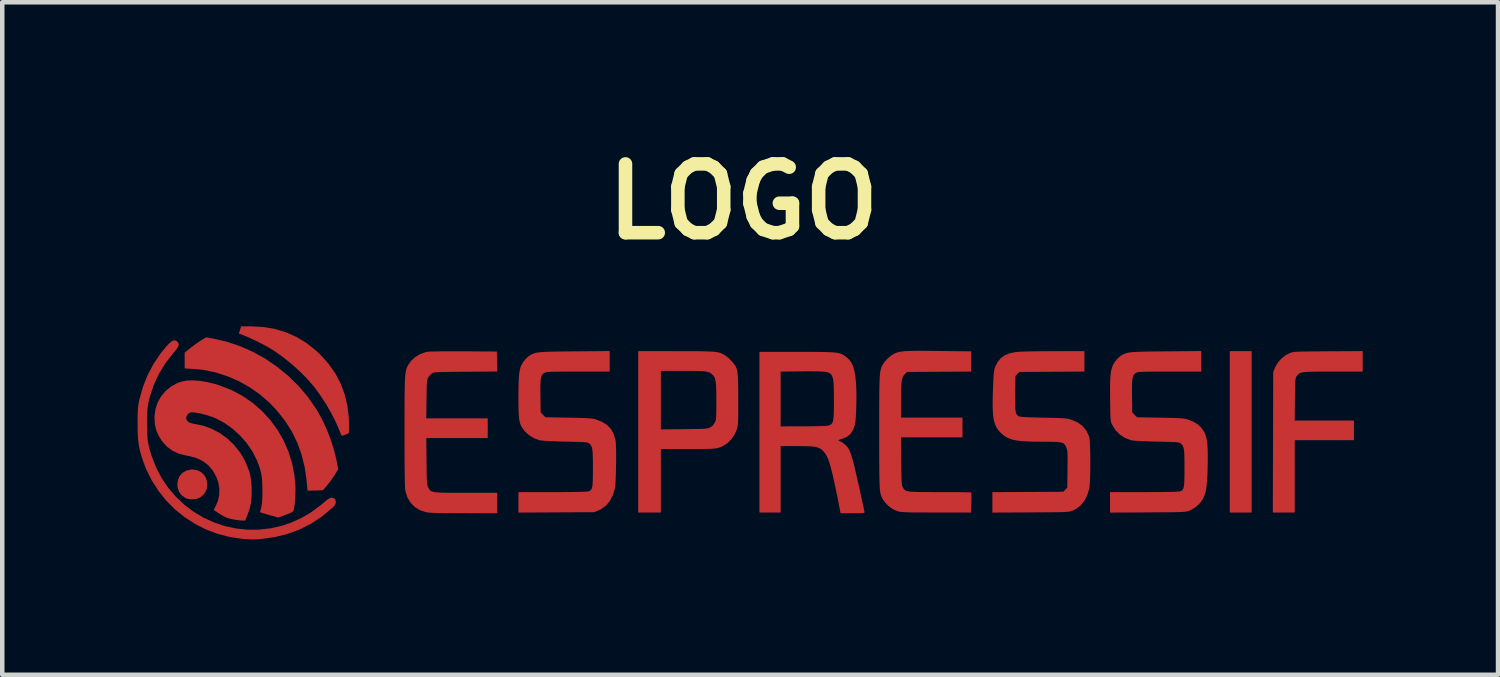
<source format=kicad_pcb>
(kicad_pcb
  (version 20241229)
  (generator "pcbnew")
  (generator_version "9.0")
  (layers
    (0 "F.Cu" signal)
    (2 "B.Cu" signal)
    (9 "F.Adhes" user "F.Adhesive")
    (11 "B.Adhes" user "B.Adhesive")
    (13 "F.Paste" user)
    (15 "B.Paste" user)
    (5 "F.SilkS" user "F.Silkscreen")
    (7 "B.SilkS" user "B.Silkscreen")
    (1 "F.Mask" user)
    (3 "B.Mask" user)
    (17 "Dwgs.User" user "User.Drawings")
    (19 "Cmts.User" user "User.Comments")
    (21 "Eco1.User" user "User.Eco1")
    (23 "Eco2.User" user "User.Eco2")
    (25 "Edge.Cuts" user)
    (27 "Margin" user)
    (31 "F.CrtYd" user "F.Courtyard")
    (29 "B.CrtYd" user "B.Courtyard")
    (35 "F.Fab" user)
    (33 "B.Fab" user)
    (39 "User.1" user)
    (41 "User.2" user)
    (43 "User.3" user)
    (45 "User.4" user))
  (footprint "LOGO"
    (layer "F.Cu")
    (at 13.427 6.498)
    (property "Reference" "LOGO" (at 0 -5.08 0) (layer "F.SilkS") (effects (font (size 1.524 1.524) (thickness 0.3))))
    (attr board_only exclude_from_pos_files exclude_from_bom)
    (fp_poly (pts (xy 11.267 1.813) (xy 10.782 1.813) (xy 10.782 -1.765) (xy 11.267 -1.765)) (stroke (width 0) (type solid)) (fill yes) (layer "F.Cu"))
    (fp_poly (pts (xy -12.111 0.872) (xy -12.023 0.914) (xy -11.953 0.978) (xy -11.906 1.063) (xy -11.884 1.164) (xy -11.883 1.195) (xy -11.897 1.298) (xy -11.94 1.386) (xy -12.01 1.457) (xy -12.064 1.491) (xy -12.13 1.512) (xy -12.209 1.521) (xy -12.288 1.516) (xy -12.353 1.498) (xy -12.36 1.495) (xy -12.448 1.433) (xy -12.508 1.354) (xy -12.54 1.259) (xy -12.546 1.19) (xy -12.532 1.086) (xy -12.491 0.997) (xy -12.426 0.928) (xy -12.342 0.881) (xy -12.242 0.859) (xy -12.214 0.858)) (stroke (width 0) (type solid)) (fill yes) (layer "F.Cu"))
    (fp_poly (pts (xy -10.639 -2.3) (xy -10.381 -2.256) (xy -10.136 -2.182) (xy -9.904 -2.078) (xy -9.684 -1.945) (xy -9.477 -1.781) (xy -9.373 -1.684) (xy -9.194 -1.484) (xy -9.045 -1.271) (xy -8.926 -1.045) (xy -8.836 -0.806) (xy -8.776 -0.554) (xy -8.746 -0.291) (xy -8.742 -0.158) (xy -8.742 0.048) (xy -8.786 0.07) (xy -8.846 0.097) (xy -8.889 0.108) (xy -8.909 0.102) (xy -8.918 0.081) (xy -8.935 0.039) (xy -8.957 -0.016) (xy -8.961 -0.024) (xy -9.042 -0.21) (xy -9.143 -0.407) (xy -9.259 -0.606) (xy -9.385 -0.797) (xy -9.514 -0.973) (xy -9.519 -0.979) (xy -9.656 -1.138) (xy -9.816 -1.301) (xy -9.992 -1.46) (xy -10.176 -1.611) (xy -10.361 -1.745) (xy -10.459 -1.809) (xy -10.54 -1.856) (xy -10.64 -1.91) (xy -10.751 -1.967) (xy -10.863 -2.021) (xy -10.967 -2.069) (xy -11.054 -2.106) (xy -11.067 -2.111) (xy -11.183 -2.155) (xy -11.157 -2.235) (xy -11.132 -2.315) (xy -10.911 -2.315)) (stroke (width 0) (type solid)) (fill yes) (layer "F.Cu"))
    (fp_poly (pts (xy 13.728 -1.311) (xy 13.068 -1.311) (xy 12.896 -1.311) (xy 12.753 -1.311) (xy 12.636 -1.309) (xy 12.542 -1.307) (xy 12.468 -1.303) (xy 12.411 -1.297) (xy 12.368 -1.288) (xy 12.336 -1.277) (xy 12.312 -1.263) (xy 12.293 -1.245) (xy 12.275 -1.224) (xy 12.264 -1.209) (xy 12.254 -1.194) (xy 12.247 -1.177) (xy 12.241 -1.153) (xy 12.236 -1.119) (xy 12.233 -1.072) (xy 12.23 -1.006) (xy 12.229 -0.919) (xy 12.227 -0.806) (xy 12.226 -0.695) (xy 12.221 -0.227) (xy 13.534 -0.227) (xy 13.534 0.21) (xy 12.222 0.21) (xy 12.222 1.813) (xy 11.736 1.813) (xy 11.745 -1.303) (xy 11.784 -1.4) (xy 11.84 -1.501) (xy 11.919 -1.594) (xy 12.014 -1.671) (xy 12.101 -1.717) (xy 12.124 -1.726) (xy 12.146 -1.734) (xy 12.17 -1.74) (xy 12.199 -1.745) (xy 12.236 -1.749) (xy 12.284 -1.752) (xy 12.347 -1.755) (xy 12.427 -1.756) (xy 12.528 -1.758) (xy 12.652 -1.759) (xy 12.802 -1.76) (xy 12.963 -1.761) (xy 13.728 -1.766)) (stroke (width 0) (type solid)) (fill yes) (layer "F.Cu"))
    (fp_poly (pts (xy -11.769 -2.047) (xy -11.465 -1.978) (xy -11.166 -1.879) (xy -10.876 -1.752) (xy -10.598 -1.598) (xy -10.334 -1.418) (xy -10.087 -1.216) (xy -9.859 -0.992) (xy -9.652 -0.749) (xy -9.47 -0.487) (xy -9.448 -0.451) (xy -9.339 -0.254) (xy -9.238 -0.038) (xy -9.15 0.187) (xy -9.077 0.412) (xy -9.024 0.626) (xy -9.016 0.665) (xy -8.981 0.852) (xy -9.05 0.967) (xy -9.095 1.035) (xy -9.15 1.113) (xy -9.207 1.186) (xy -9.219 1.201) (xy -9.318 1.319) (xy -9.489 1.324) (xy -9.66 1.329) (xy -9.679 1.122) (xy -9.721 0.819) (xy -9.791 0.533) (xy -9.888 0.263) (xy -10.014 0.007) (xy -10.169 -0.235) (xy -10.354 -0.464) (xy -10.501 -0.618) (xy -10.708 -0.799) (xy -10.935 -0.959) (xy -11.177 -1.096) (xy -11.431 -1.207) (xy -11.693 -1.292) (xy -11.959 -1.347) (xy -12.194 -1.371) (xy -12.384 -1.381) (xy -12.384 -1.732) (xy -12.251 -1.838) (xy -12.181 -1.892) (xy -12.106 -1.946) (xy -12.038 -1.992) (xy -12.012 -2.008) (xy -11.907 -2.07)) (stroke (width 0) (type solid)) (fill yes) (layer "F.Cu"))
    (fp_poly (pts (xy -1.493 -1.764) (xy -1.296 -1.764) (xy -1.128 -1.764) (xy -0.986 -1.763) (xy -0.869 -1.761) (xy -0.772 -1.758) (xy -0.693 -1.754) (xy -0.63 -1.749) (xy -0.578 -1.741) (xy -0.536 -1.732) (xy -0.501 -1.721) (xy -0.469 -1.707) (xy -0.438 -1.691) (xy -0.416 -1.678) (xy -0.358 -1.637) (xy -0.295 -1.58) (xy -0.235 -1.516) (xy -0.189 -1.457) (xy -0.173 -1.431) (xy -0.158 -1.399) (xy -0.146 -1.364) (xy -0.136 -1.324) (xy -0.128 -1.275) (xy -0.122 -1.212) (xy -0.118 -1.133) (xy -0.116 -1.034) (xy -0.114 -0.911) (xy -0.113 -0.761) (xy -0.113 -0.696) (xy -0.113 -0.542) (xy -0.113 -0.416) (xy -0.114 -0.315) (xy -0.116 -0.236) (xy -0.119 -0.174) (xy -0.123 -0.127) (xy -0.128 -0.09) (xy -0.135 -0.059) (xy -0.138 -0.049) (xy -0.19 0.075) (xy -0.263 0.185) (xy -0.355 0.277) (xy -0.46 0.344) (xy -0.529 0.372) (xy -0.559 0.381) (xy -0.589 0.388) (xy -0.624 0.393) (xy -0.667 0.397) (xy -0.721 0.4) (xy -0.791 0.402) (xy -0.88 0.404) (xy -0.992 0.404) (xy -1.13 0.405) (xy -1.232 0.405) (xy -1.829 0.405) (xy -1.829 1.813) (xy -2.331 1.813) (xy -2.331 -0.03) (xy -1.829 -0.03) (xy -1.315 -0.035) (xy -1.172 -0.037) (xy -1.056 -0.039) (xy -0.966 -0.041) (xy -0.897 -0.043) (xy -0.845 -0.047) (xy -0.807 -0.051) (xy -0.778 -0.057) (xy -0.756 -0.064) (xy -0.737 -0.073) (xy -0.676 -0.117) (xy -0.635 -0.177) (xy -0.624 -0.201) (xy -0.615 -0.225) (xy -0.609 -0.254) (xy -0.605 -0.291) (xy -0.602 -0.343) (xy -0.6 -0.412) (xy -0.599 -0.503) (xy -0.599 -0.622) (xy -0.599 -0.652) (xy -0.6 -0.797) (xy -0.601 -0.914) (xy -0.605 -1.006) (xy -0.612 -1.077) (xy -0.622 -1.131) (xy -0.635 -1.173) (xy -0.653 -1.205) (xy -0.675 -1.232) (xy -0.685 -1.243) (xy -0.711 -1.265) (xy -0.737 -1.284) (xy -0.768 -1.298) (xy -0.806 -1.309) (xy -0.856 -1.317) (xy -0.922 -1.322) (xy -1.006 -1.325) (xy -1.114 -1.327) (xy -1.248 -1.327) (xy -1.338 -1.327) (xy -1.829 -1.327) (xy -1.829 -0.03) (xy -2.331 -0.03) (xy -2.331 -1.765)) (stroke (width 0) (type solid)) (fill yes) (layer "F.Cu"))
    (fp_poly (pts (xy -12.559 -1.986) (xy -12.546 -1.975) (xy -12.522 -1.943) (xy -12.515 -1.908) (xy -12.527 -1.867) (xy -12.559 -1.814) (xy -12.614 -1.746) (xy -12.633 -1.724) (xy -12.808 -1.501) (xy -12.953 -1.265) (xy -13.069 -1.014) (xy -13.156 -0.749) (xy -13.189 -0.615) (xy -13.2 -0.552) (xy -13.209 -0.483) (xy -13.214 -0.402) (xy -13.217 -0.302) (xy -13.218 -0.176) (xy -13.218 -0.162) (xy -13.217 -0.025) (xy -13.213 0.088) (xy -13.206 0.185) (xy -13.193 0.273) (xy -13.174 0.361) (xy -13.148 0.456) (xy -13.113 0.567) (xy -13.014 0.82) (xy -12.89 1.055) (xy -12.743 1.271) (xy -12.575 1.467) (xy -12.388 1.642) (xy -12.185 1.795) (xy -11.967 1.925) (xy -11.736 2.031) (xy -11.496 2.112) (xy -11.247 2.166) (xy -10.992 2.193) (xy -10.734 2.192) (xy -10.474 2.162) (xy -10.214 2.102) (xy -10.029 2.038) (xy -9.798 1.934) (xy -9.579 1.806) (xy -9.367 1.649) (xy -9.287 1.581) (xy -9.223 1.528) (xy -9.175 1.497) (xy -9.139 1.484) (xy -9.13 1.484) (xy -9.075 1.495) (xy -9.043 1.53) (xy -9.033 1.581) (xy -9.038 1.615) (xy -9.054 1.647) (xy -9.087 1.685) (xy -9.118 1.715) (xy -9.341 1.901) (xy -9.578 2.058) (xy -9.831 2.186) (xy -10.098 2.285) (xy -10.379 2.356) (xy -10.66 2.396) (xy -10.753 2.404) (xy -10.827 2.408) (xy -10.894 2.409) (xy -10.965 2.406) (xy -11.051 2.4) (xy -11.11 2.395) (xy -11.389 2.354) (xy -11.658 2.284) (xy -11.917 2.185) (xy -12.162 2.06) (xy -12.392 1.91) (xy -12.605 1.737) (xy -12.798 1.542) (xy -12.969 1.327) (xy -13.117 1.094) (xy -13.24 0.844) (xy -13.307 0.668) (xy -13.345 0.548) (xy -13.375 0.441) (xy -13.396 0.341) (xy -13.411 0.239) (xy -13.421 0.128) (xy -13.426 0.001) (xy -13.427 -0.152) (xy -13.427 -0.154) (xy -13.427 -0.278) (xy -13.425 -0.376) (xy -13.422 -0.454) (xy -13.417 -0.519) (xy -13.41 -0.577) (xy -13.4 -0.635) (xy -13.392 -0.674) (xy -13.314 -0.957) (xy -13.208 -1.227) (xy -13.075 -1.48) (xy -12.916 -1.717) (xy -12.803 -1.854) (xy -12.734 -1.929) (xy -12.678 -1.978) (xy -12.633 -2.002) (xy -12.594 -2.005)) (stroke (width 0) (type solid)) (fill yes) (layer "F.Cu"))
    (fp_poly (pts (xy -6.2 -1.761) (xy -5.464 -1.756) (xy -5.459 -1.535) (xy -5.455 -1.313) (xy -6.158 -1.308) (xy -6.328 -1.307) (xy -6.468 -1.306) (xy -6.581 -1.304) (xy -6.672 -1.303) (xy -6.742 -1.301) (xy -6.795 -1.298) (xy -6.833 -1.295) (xy -6.861 -1.29) (xy -6.88 -1.285) (xy -6.894 -1.278) (xy -6.906 -1.27) (xy -6.907 -1.269) (xy -6.947 -1.231) (xy -6.983 -1.184) (xy -6.985 -1.18) (xy -6.995 -1.161) (xy -7.003 -1.139) (xy -7.009 -1.11) (xy -7.013 -1.069) (xy -7.017 -1.013) (xy -7.019 -0.937) (xy -7.021 -0.837) (xy -7.023 -0.709) (xy -7.023 -0.7) (xy -7.029 -0.275) (xy -5.666 -0.275) (xy -5.666 0.162) (xy -7.028 0.162) (xy -7.023 0.676) (xy -7.021 0.82) (xy -7.02 0.935) (xy -7.018 1.025) (xy -7.015 1.094) (xy -7.012 1.146) (xy -7.007 1.185) (xy -7.001 1.213) (xy -6.994 1.235) (xy -6.985 1.255) (xy -6.971 1.282) (xy -6.957 1.306) (xy -6.939 1.325) (xy -6.916 1.34) (xy -6.884 1.352) (xy -6.84 1.361) (xy -6.782 1.367) (xy -6.705 1.371) (xy -6.609 1.374) (xy -6.489 1.375) (xy -6.343 1.376) (xy -6.168 1.376) (xy -6.148 1.376) (xy -5.456 1.376) (xy -5.456 1.829) (xy -6.196 1.828) (xy -6.387 1.827) (xy -6.548 1.826) (xy -6.681 1.825) (xy -6.79 1.823) (xy -6.878 1.82) (xy -6.945 1.816) (xy -6.997 1.811) (xy -7.034 1.806) (xy -7.039 1.804) (xy -7.17 1.761) (xy -7.282 1.691) (xy -7.374 1.598) (xy -7.443 1.483) (xy -7.488 1.347) (xy -7.494 1.317) (xy -7.498 1.28) (xy -7.501 1.211) (xy -7.504 1.111) (xy -7.506 0.981) (xy -7.508 0.82) (xy -7.51 0.631) (xy -7.511 0.413) (xy -7.511 0.168) (xy -7.511 0.025) (xy -7.511 -0.213) (xy -7.511 -0.422) (xy -7.51 -0.603) (xy -7.509 -0.758) (xy -7.507 -0.891) (xy -7.505 -1.002) (xy -7.502 -1.095) (xy -7.498 -1.172) (xy -7.493 -1.235) (xy -7.487 -1.287) (xy -7.479 -1.329) (xy -7.47 -1.364) (xy -7.459 -1.395) (xy -7.447 -1.423) (xy -7.433 -1.452) (xy -7.433 -1.452) (xy -7.366 -1.549) (xy -7.274 -1.633) (xy -7.164 -1.699) (xy -7.04 -1.743) (xy -7.018 -1.748) (xy -6.98 -1.752) (xy -6.911 -1.756) (xy -6.814 -1.759) (xy -6.689 -1.76) (xy -6.54 -1.761) (xy -6.367 -1.761)) (stroke (width 0) (type solid)) (fill yes) (layer "F.Cu"))
    (fp_poly (pts (xy 4.053 -1.771) (xy 4.227 -1.77) (xy 4.351 -1.768) (xy 5.051 -1.76) (xy 5.051 -1.312) (xy 3.628 -1.303) (xy 3.58 -1.257) (xy 3.556 -1.23) (xy 3.537 -1.199) (xy 3.523 -1.16) (xy 3.512 -1.108) (xy 3.504 -1.04) (xy 3.5 -0.952) (xy 3.498 -0.84) (xy 3.497 -0.7) (xy 3.497 -0.681) (xy 3.497 -0.291) (xy 4.857 -0.291) (xy 4.857 0.146) (xy 3.495 0.146) (xy 3.5 0.676) (xy 3.501 0.822) (xy 3.503 0.939) (xy 3.505 1.031) (xy 3.507 1.102) (xy 3.51 1.154) (xy 3.514 1.192) (xy 3.52 1.219) (xy 3.527 1.24) (xy 3.535 1.256) (xy 3.537 1.258) (xy 3.551 1.282) (xy 3.566 1.302) (xy 3.585 1.318) (xy 3.61 1.33) (xy 3.644 1.34) (xy 3.69 1.348) (xy 3.752 1.353) (xy 3.831 1.356) (xy 3.932 1.358) (xy 4.056 1.359) (xy 4.208 1.36) (xy 4.359 1.36) (xy 4.504 1.36) (xy 4.64 1.36) (xy 4.762 1.361) (xy 4.867 1.362) (xy 4.952 1.363) (xy 5.013 1.364) (xy 5.046 1.366) (xy 5.052 1.367) (xy 5.054 1.384) (xy 5.055 1.428) (xy 5.056 1.492) (xy 5.055 1.571) (xy 5.054 1.593) (xy 5.049 1.813) (xy 4.277 1.812) (xy 4.097 1.812) (xy 3.947 1.811) (xy 3.823 1.811) (xy 3.722 1.81) (xy 3.642 1.808) (xy 3.578 1.805) (xy 3.528 1.802) (xy 3.489 1.798) (xy 3.458 1.793) (xy 3.431 1.787) (xy 3.407 1.78) (xy 3.405 1.78) (xy 3.307 1.734) (xy 3.213 1.665) (xy 3.133 1.58) (xy 3.098 1.528) (xy 3.083 1.502) (xy 3.069 1.476) (xy 3.058 1.45) (xy 3.048 1.421) (xy 3.039 1.387) (xy 3.032 1.344) (xy 3.026 1.292) (xy 3.022 1.228) (xy 3.018 1.149) (xy 3.016 1.054) (xy 3.014 0.939) (xy 3.013 0.803) (xy 3.012 0.644) (xy 3.011 0.459) (xy 3.011 0.245) (xy 3.011 0.037) (xy 3.011 -0.203) (xy 3.011 -0.414) (xy 3.012 -0.597) (xy 3.013 -0.754) (xy 3.014 -0.888) (xy 3.016 -1.001) (xy 3.019 -1.095) (xy 3.022 -1.173) (xy 3.027 -1.236) (xy 3.032 -1.288) (xy 3.039 -1.33) (xy 3.047 -1.365) (xy 3.056 -1.395) (xy 3.067 -1.421) (xy 3.08 -1.448) (xy 3.084 -1.457) (xy 3.132 -1.53) (xy 3.2 -1.603) (xy 3.278 -1.668) (xy 3.355 -1.714) (xy 3.362 -1.717) (xy 3.398 -1.731) (xy 3.437 -1.743) (xy 3.482 -1.752) (xy 3.536 -1.759) (xy 3.603 -1.765) (xy 3.685 -1.768) (xy 3.785 -1.771) (xy 3.907 -1.772)) (stroke (width 0) (type solid)) (fill yes) (layer "F.Cu"))
    (fp_poly (pts (xy 1.383 -1.748) (xy 1.552 -1.748) (xy 1.694 -1.747) (xy 1.812 -1.745) (xy 1.909 -1.742) (xy 1.988 -1.737) (xy 2.052 -1.731) (xy 2.103 -1.722) (xy 2.145 -1.712) (xy 2.18 -1.698) (xy 2.211 -1.682) (xy 2.241 -1.663) (xy 2.27 -1.642) (xy 2.335 -1.587) (xy 2.387 -1.522) (xy 2.426 -1.445) (xy 2.457 -1.348) (xy 2.479 -1.229) (xy 2.495 -1.085) (xy 2.501 -0.992) (xy 2.505 -0.882) (xy 2.506 -0.76) (xy 2.505 -0.633) (xy 2.502 -0.507) (xy 2.497 -0.389) (xy 2.491 -0.283) (xy 2.483 -0.196) (xy 2.474 -0.135) (xy 2.472 -0.128) (xy 2.432 -0.015) (xy 2.373 0.073) (xy 2.294 0.136) (xy 2.192 0.178) (xy 2.183 0.18) (xy 2.129 0.197) (xy 2.107 0.211) (xy 2.117 0.224) (xy 2.141 0.232) (xy 2.174 0.248) (xy 2.219 0.278) (xy 2.246 0.3) (xy 2.278 0.329) (xy 2.306 0.361) (xy 2.332 0.399) (xy 2.356 0.445) (xy 2.379 0.503) (xy 2.403 0.576) (xy 2.429 0.667) (xy 2.458 0.779) (xy 2.49 0.915) (xy 2.527 1.078) (xy 2.55 1.177) (xy 2.58 1.314) (xy 2.608 1.441) (xy 2.633 1.555) (xy 2.654 1.653) (xy 2.671 1.73) (xy 2.682 1.784) (xy 2.687 1.81) (xy 2.687 1.812) (xy 2.671 1.82) (xy 2.623 1.825) (xy 2.543 1.828) (xy 2.431 1.829) (xy 2.421 1.829) (xy 2.155 1.829) (xy 2.137 1.736) (xy 2.093 1.51) (xy 2.053 1.314) (xy 2.017 1.145) (xy 1.985 1) (xy 1.955 0.878) (xy 1.928 0.776) (xy 1.901 0.691) (xy 1.875 0.621) (xy 1.849 0.564) (xy 1.822 0.517) (xy 1.794 0.477) (xy 1.768 0.449) (xy 1.734 0.417) (xy 1.698 0.392) (xy 1.655 0.373) (xy 1.602 0.359) (xy 1.535 0.349) (xy 1.448 0.344) (xy 1.338 0.341) (xy 1.2 0.34) (xy 1.187 0.34) (xy 0.826 0.34) (xy 0.826 1.813) (xy 0.356 1.813) (xy 0.356 -0.097) (xy 0.826 -0.097) (xy 1.332 -0.098) (xy 1.501 -0.099) (xy 1.638 -0.101) (xy 1.746 -0.104) (xy 1.825 -0.108) (xy 1.876 -0.114) (xy 1.894 -0.118) (xy 1.925 -0.131) (xy 1.95 -0.146) (xy 1.969 -0.169) (xy 1.984 -0.203) (xy 1.994 -0.25) (xy 2.001 -0.315) (xy 2.005 -0.4) (xy 2.007 -0.511) (xy 2.007 -0.649) (xy 2.007 -0.688) (xy 2.006 -0.846) (xy 2.004 -0.974) (xy 1.998 -1.076) (xy 1.987 -1.155) (xy 1.968 -1.213) (xy 1.942 -1.255) (xy 1.905 -1.283) (xy 1.857 -1.3) (xy 1.795 -1.309) (xy 1.718 -1.313) (xy 1.674 -1.315) (xy 1.601 -1.316) (xy 1.504 -1.317) (xy 1.392 -1.317) (xy 1.274 -1.316) (xy 1.162 -1.315) (xy 0.826 -1.311) (xy 0.826 -0.097) (xy 0.356 -0.097) (xy 0.356 -1.748) (xy 1.185 -1.748)) (stroke (width 0) (type solid)) (fill yes) (layer "F.Cu"))
    (fp_poly (pts (xy 7.56 -1.312) (xy 6.12 -1.303) (xy 6.03 -1.213) (xy 6.025 -0.826) (xy 6.024 -0.691) (xy 6.025 -0.585) (xy 6.027 -0.504) (xy 6.033 -0.442) (xy 6.042 -0.398) (xy 6.056 -0.367) (xy 6.074 -0.344) (xy 6.098 -0.326) (xy 6.107 -0.32) (xy 6.129 -0.314) (xy 6.172 -0.308) (xy 6.237 -0.303) (xy 6.327 -0.299) (xy 6.444 -0.295) (xy 6.591 -0.291) (xy 6.654 -0.29) (xy 6.798 -0.287) (xy 6.914 -0.284) (xy 7.006 -0.281) (xy 7.078 -0.278) (xy 7.134 -0.274) (xy 7.178 -0.268) (xy 7.215 -0.261) (xy 7.247 -0.253) (xy 7.271 -0.245) (xy 7.405 -0.187) (xy 7.515 -0.109) (xy 7.598 -0.011) (xy 7.656 0.108) (xy 7.666 0.136) (xy 7.674 0.18) (xy 7.68 0.251) (xy 7.685 0.344) (xy 7.688 0.453) (xy 7.69 0.574) (xy 7.691 0.7) (xy 7.69 0.828) (xy 7.688 0.95) (xy 7.684 1.063) (xy 7.679 1.16) (xy 7.673 1.238) (xy 7.666 1.284) (xy 7.621 1.434) (xy 7.555 1.56) (xy 7.47 1.662) (xy 7.365 1.739) (xy 7.304 1.768) (xy 7.283 1.776) (xy 7.263 1.783) (xy 7.24 1.789) (xy 7.212 1.793) (xy 7.175 1.797) (xy 7.127 1.8) (xy 7.066 1.803) (xy 6.988 1.805) (xy 6.89 1.806) (xy 6.769 1.807) (xy 6.623 1.808) (xy 6.449 1.809) (xy 6.366 1.81) (xy 5.52 1.814) (xy 5.52 1.361) (xy 7.09 1.352) (xy 7.135 1.307) (xy 7.18 1.262) (xy 7.185 0.848) (xy 7.186 0.721) (xy 7.186 0.622) (xy 7.186 0.547) (xy 7.184 0.49) (xy 7.181 0.449) (xy 7.176 0.418) (xy 7.168 0.393) (xy 7.158 0.37) (xy 7.155 0.362) (xy 7.137 0.328) (xy 7.118 0.3) (xy 7.094 0.28) (xy 7.062 0.265) (xy 7.017 0.254) (xy 6.956 0.248) (xy 6.874 0.245) (xy 6.767 0.243) (xy 6.632 0.243) (xy 6.631 0.243) (xy 6.45 0.242) (xy 6.298 0.237) (xy 6.17 0.229) (xy 6.064 0.217) (xy 5.976 0.2) (xy 5.901 0.176) (xy 5.837 0.146) (xy 5.779 0.109) (xy 5.725 0.064) (xy 5.723 0.063) (xy 5.671 0.01) (xy 5.627 -0.046) (xy 5.593 -0.109) (xy 5.566 -0.181) (xy 5.546 -0.266) (xy 5.534 -0.368) (xy 5.527 -0.49) (xy 5.526 -0.635) (xy 5.529 -0.807) (xy 5.533 -0.931) (xy 5.539 -1.063) (xy 5.544 -1.167) (xy 5.549 -1.247) (xy 5.556 -1.308) (xy 5.563 -1.354) (xy 5.571 -1.389) (xy 5.579 -1.411) (xy 5.635 -1.522) (xy 5.705 -1.608) (xy 5.793 -1.672) (xy 5.902 -1.717) (xy 6.036 -1.744) (xy 6.071 -1.748) (xy 6.121 -1.752) (xy 6.199 -1.755) (xy 6.301 -1.758) (xy 6.421 -1.76) (xy 6.556 -1.762) (xy 6.701 -1.764) (xy 6.852 -1.764) (xy 6.892 -1.764) (xy 7.56 -1.765)) (stroke (width 0) (type solid)) (fill yes) (layer "F.Cu"))
    (fp_poly (pts (xy -12.035 -1.105) (xy -11.865 -1.075) (xy -11.686 -1.03) (xy -11.602 -1.003) (xy -11.342 -0.9) (xy -11.098 -0.77) (xy -10.874 -0.616) (xy -10.67 -0.439) (xy -10.488 -0.241) (xy -10.329 -0.025) (xy -10.194 0.209) (xy -10.085 0.458) (xy -10.003 0.72) (xy -9.95 0.994) (xy -9.93 1.203) (xy -9.927 1.29) (xy -9.929 1.388) (xy -9.934 1.49) (xy -9.941 1.588) (xy -9.951 1.673) (xy -9.963 1.739) (xy -9.971 1.77) (xy -9.987 1.791) (xy -10.022 1.813) (xy -10.081 1.84) (xy -10.147 1.865) (xy -10.309 1.925) (xy -10.509 1.868) (xy -10.584 1.846) (xy -10.647 1.827) (xy -10.691 1.814) (xy -10.712 1.807) (xy -10.712 1.807) (xy -10.71 1.791) (xy -10.701 1.753) (xy -10.688 1.707) (xy -10.677 1.658) (xy -10.669 1.6) (xy -10.664 1.525) (xy -10.661 1.428) (xy -10.661 1.327) (xy -10.663 1.186) (xy -10.67 1.068) (xy -10.684 0.964) (xy -10.707 0.866) (xy -10.74 0.765) (xy -10.783 0.655) (xy -10.88 0.461) (xy -11.006 0.277) (xy -11.155 0.106) (xy -11.323 -0.046) (xy -11.507 -0.176) (xy -11.68 -0.269) (xy -11.772 -0.306) (xy -11.877 -0.341) (xy -11.985 -0.371) (xy -12.087 -0.394) (xy -12.173 -0.406) (xy -12.197 -0.407) (xy -12.249 -0.406) (xy -12.283 -0.394) (xy -12.312 -0.369) (xy -12.314 -0.366) (xy -12.347 -0.31) (xy -12.349 -0.258) (xy -12.323 -0.213) (xy -12.271 -0.178) (xy -12.195 -0.156) (xy -12.184 -0.155) (xy -11.977 -0.113) (xy -11.78 -0.042) (xy -11.597 0.056) (xy -11.429 0.179) (xy -11.279 0.325) (xy -11.149 0.491) (xy -11.042 0.677) (xy -10.96 0.878) (xy -10.939 0.947) (xy -10.92 1.04) (xy -10.906 1.16) (xy -10.899 1.272) (xy -10.899 1.442) (xy -10.913 1.592) (xy -10.944 1.731) (xy -10.993 1.869) (xy -10.995 1.874) (xy -11.044 1.991) (xy -11.119 1.99) (xy -11.171 1.986) (xy -11.242 1.976) (xy -11.317 1.963) (xy -11.332 1.96) (xy -11.41 1.942) (xy -11.475 1.918) (xy -11.541 1.884) (xy -11.603 1.846) (xy -11.66 1.809) (xy -11.705 1.777) (xy -11.732 1.756) (xy -11.737 1.75) (xy -11.729 1.731) (xy -11.71 1.697) (xy -11.707 1.692) (xy -11.65 1.568) (xy -11.619 1.431) (xy -11.615 1.288) (xy -11.638 1.145) (xy -11.686 1.012) (xy -11.765 0.875) (xy -11.863 0.762) (xy -11.981 0.673) (xy -12.12 0.606) (xy -12.283 0.561) (xy -12.346 0.55) (xy -12.506 0.511) (xy -12.65 0.445) (xy -12.776 0.353) (xy -12.88 0.237) (xy -12.891 0.223) (xy -12.962 0.107) (xy -13.011 -0.005) (xy -13.04 -0.125) (xy -13.045 -0.157) (xy -13.053 -0.322) (xy -13.031 -0.48) (xy -12.981 -0.629) (xy -12.905 -0.764) (xy -12.806 -0.882) (xy -12.686 -0.981) (xy -12.546 -1.057) (xy -12.45 -1.091) (xy -12.332 -1.113) (xy -12.192 -1.117)) (stroke (width 0) (type solid)) (fill yes) (layer "F.Cu"))
    (fp_poly (pts (xy -2.963 -1.311) (xy -3.663 -1.311) (xy -3.832 -1.311) (xy -3.972 -1.311) (xy -4.086 -1.31) (xy -4.176 -1.309) (xy -4.247 -1.307) (xy -4.3 -1.305) (xy -4.339 -1.302) (xy -4.368 -1.298) (xy -4.388 -1.292) (xy -4.404 -1.286) (xy -4.415 -1.28) (xy -4.441 -1.26) (xy -4.462 -1.235) (xy -4.477 -1.201) (xy -4.488 -1.153) (xy -4.495 -1.088) (xy -4.499 -1.003) (xy -4.499 -0.893) (xy -4.498 -0.759) (xy -4.492 -0.405) (xy -4.439 -0.352) (xy -4.387 -0.299) (xy -3.873 -0.29) (xy -3.724 -0.287) (xy -3.604 -0.284) (xy -3.508 -0.281) (xy -3.433 -0.277) (xy -3.375 -0.272) (xy -3.331 -0.266) (xy -3.296 -0.259) (xy -3.27 -0.252) (xy -3.132 -0.196) (xy -3.022 -0.128) (xy -2.938 -0.043) (xy -2.878 0.06) (xy -2.84 0.184) (xy -2.831 0.229) (xy -2.826 0.281) (xy -2.823 0.358) (xy -2.821 0.456) (xy -2.82 0.567) (xy -2.821 0.688) (xy -2.823 0.811) (xy -2.825 0.931) (xy -2.829 1.043) (xy -2.834 1.141) (xy -2.839 1.219) (xy -2.846 1.272) (xy -2.847 1.279) (xy -2.893 1.429) (xy -2.959 1.556) (xy -3.045 1.658) (xy -3.15 1.735) (xy -3.214 1.766) (xy -3.311 1.805) (xy -4.986 1.814) (xy -4.986 1.36) (xy -4.226 1.36) (xy -4.032 1.36) (xy -3.868 1.359) (xy -3.733 1.357) (xy -3.624 1.355) (xy -3.541 1.353) (xy -3.481 1.349) (xy -3.442 1.345) (xy -3.423 1.341) (xy -3.398 1.327) (xy -3.378 1.31) (xy -3.362 1.285) (xy -3.351 1.249) (xy -3.343 1.199) (xy -3.339 1.13) (xy -3.336 1.038) (xy -3.335 0.92) (xy -3.335 0.826) (xy -3.335 0.688) (xy -3.337 0.579) (xy -3.34 0.494) (xy -3.346 0.43) (xy -3.354 0.382) (xy -3.366 0.346) (xy -3.383 0.318) (xy -3.404 0.294) (xy -3.415 0.283) (xy -3.427 0.274) (xy -3.443 0.267) (xy -3.466 0.261) (xy -3.499 0.256) (xy -3.547 0.252) (xy -3.613 0.249) (xy -3.701 0.246) (xy -3.814 0.243) (xy -3.948 0.24) (xy -4.081 0.237) (xy -4.204 0.233) (xy -4.313 0.228) (xy -4.403 0.223) (xy -4.471 0.217) (xy -4.512 0.212) (xy -4.516 0.211) (xy -4.64 0.165) (xy -4.752 0.096) (xy -4.847 0.01) (xy -4.917 -0.09) (xy -4.921 -0.097) (xy -4.94 -0.139) (xy -4.955 -0.186) (xy -4.966 -0.242) (xy -4.975 -0.311) (xy -4.981 -0.398) (xy -4.984 -0.505) (xy -4.986 -0.638) (xy -4.986 -0.75) (xy -4.985 -0.913) (xy -4.982 -1.049) (xy -4.978 -1.159) (xy -4.97 -1.249) (xy -4.96 -1.322) (xy -4.946 -1.383) (xy -4.929 -1.434) (xy -4.922 -1.451) (xy -4.884 -1.517) (xy -4.831 -1.585) (xy -4.772 -1.643) (xy -4.72 -1.679) (xy -4.687 -1.695) (xy -4.655 -1.709) (xy -4.621 -1.721) (xy -4.582 -1.73) (xy -4.533 -1.737) (xy -4.474 -1.743) (xy -4.4 -1.748) (xy -4.309 -1.752) (xy -4.196 -1.755) (xy -4.061 -1.757) (xy -3.898 -1.759) (xy -3.736 -1.76) (xy -2.963 -1.767)) (stroke (width 0) (type solid)) (fill yes) (layer "F.Cu"))
    (fp_poly (pts (xy 10.15 -1.311) (xy 9.45 -1.311) (xy 9.281 -1.311) (xy 9.141 -1.311) (xy 9.027 -1.31) (xy 8.936 -1.309) (xy 8.866 -1.307) (xy 8.813 -1.305) (xy 8.773 -1.302) (xy 8.745 -1.298) (xy 8.725 -1.292) (xy 8.709 -1.286) (xy 8.698 -1.28) (xy 8.672 -1.26) (xy 8.651 -1.235) (xy 8.636 -1.201) (xy 8.625 -1.154) (xy 8.618 -1.09) (xy 8.615 -1.005) (xy 8.614 -0.895) (xy 8.615 -0.759) (xy 8.62 -0.405) (xy 8.673 -0.352) (xy 8.726 -0.299) (xy 9.24 -0.29) (xy 9.389 -0.287) (xy 9.509 -0.284) (xy 9.605 -0.281) (xy 9.68 -0.277) (xy 9.737 -0.272) (xy 9.782 -0.266) (xy 9.817 -0.259) (xy 9.843 -0.252) (xy 9.967 -0.204) (xy 10.065 -0.148) (xy 10.141 -0.08) (xy 10.202 0.006) (xy 10.222 0.043) (xy 10.246 0.098) (xy 10.264 0.161) (xy 10.278 0.235) (xy 10.287 0.326) (xy 10.292 0.435) (xy 10.294 0.568) (xy 10.293 0.728) (xy 10.291 0.801) (xy 10.287 0.965) (xy 10.28 1.1) (xy 10.27 1.212) (xy 10.256 1.304) (xy 10.239 1.381) (xy 10.216 1.448) (xy 10.188 1.508) (xy 10.175 1.531) (xy 10.111 1.615) (xy 10.026 1.691) (xy 9.93 1.752) (xy 9.894 1.768) (xy 9.873 1.776) (xy 9.852 1.783) (xy 9.829 1.789) (xy 9.8 1.794) (xy 9.764 1.797) (xy 9.715 1.8) (xy 9.653 1.803) (xy 9.574 1.805) (xy 9.475 1.806) (xy 9.353 1.807) (xy 9.205 1.808) (xy 9.029 1.809) (xy 8.964 1.81) (xy 8.127 1.814) (xy 8.127 1.36) (xy 8.877 1.36) (xy 9.086 1.359) (xy 9.262 1.358) (xy 9.407 1.356) (xy 9.521 1.354) (xy 9.605 1.35) (xy 9.658 1.346) (xy 9.679 1.342) (xy 9.707 1.33) (xy 9.73 1.315) (xy 9.747 1.292) (xy 9.759 1.258) (xy 9.768 1.21) (xy 9.773 1.143) (xy 9.776 1.054) (xy 9.778 0.939) (xy 9.778 0.826) (xy 9.778 0.688) (xy 9.776 0.579) (xy 9.773 0.494) (xy 9.767 0.43) (xy 9.759 0.382) (xy 9.746 0.346) (xy 9.73 0.318) (xy 9.709 0.294) (xy 9.698 0.283) (xy 9.686 0.274) (xy 9.67 0.267) (xy 9.647 0.261) (xy 9.614 0.256) (xy 9.566 0.252) (xy 9.499 0.249) (xy 9.412 0.246) (xy 9.298 0.243) (xy 9.165 0.24) (xy 9.032 0.237) (xy 8.909 0.233) (xy 8.8 0.228) (xy 8.709 0.223) (xy 8.642 0.217) (xy 8.601 0.212) (xy 8.597 0.211) (xy 8.462 0.161) (xy 8.344 0.084) (xy 8.247 -0.015) (xy 8.177 -0.13) (xy 8.165 -0.156) (xy 8.155 -0.18) (xy 8.148 -0.206) (xy 8.142 -0.239) (xy 8.138 -0.282) (xy 8.135 -0.339) (xy 8.133 -0.416) (xy 8.132 -0.514) (xy 8.13 -0.64) (xy 8.129 -0.694) (xy 8.128 -0.86) (xy 8.129 -0.996) (xy 8.131 -1.109) (xy 8.136 -1.201) (xy 8.144 -1.276) (xy 8.155 -1.339) (xy 8.169 -1.393) (xy 8.187 -1.443) (xy 8.193 -1.457) (xy 8.236 -1.53) (xy 8.295 -1.601) (xy 8.36 -1.658) (xy 8.394 -1.679) (xy 8.426 -1.696) (xy 8.458 -1.709) (xy 8.492 -1.721) (xy 8.531 -1.73) (xy 8.58 -1.738) (xy 8.639 -1.743) (xy 8.714 -1.748) (xy 8.806 -1.752) (xy 8.918 -1.755) (xy 9.055 -1.757) (xy 9.218 -1.759) (xy 9.377 -1.76) (xy 10.15 -1.767)) (stroke (width 0) (type solid)) (fill yes) (layer "F.Cu"))
    (fp_poly (pts (xy 11.267 1.813) (xy 10.782 1.813) (xy 10.782 -1.765) (xy 11.267 -1.765)) (stroke (width 0) (type solid)) (fill yes) (layer "F.Mask"))
    (fp_poly (pts (xy -12.111 0.872) (xy -12.023 0.914) (xy -11.953 0.978) (xy -11.906 1.063) (xy -11.884 1.164) (xy -11.883 1.195) (xy -11.897 1.298) (xy -11.94 1.386) (xy -12.01 1.457) (xy -12.064 1.491) (xy -12.13 1.512) (xy -12.209 1.521) (xy -12.288 1.516) (xy -12.353 1.498) (xy -12.36 1.495) (xy -12.448 1.433) (xy -12.508 1.354) (xy -12.54 1.259) (xy -12.546 1.19) (xy -12.532 1.086) (xy -12.491 0.997) (xy -12.426 0.928) (xy -12.342 0.881) (xy -12.242 0.859) (xy -12.214 0.858)) (stroke (width 0) (type solid)) (fill yes) (layer "F.Mask"))
    (fp_poly (pts (xy -10.639 -2.3) (xy -10.381 -2.256) (xy -10.136 -2.182) (xy -9.904 -2.078) (xy -9.684 -1.945) (xy -9.477 -1.781) (xy -9.373 -1.684) (xy -9.194 -1.484) (xy -9.045 -1.271) (xy -8.926 -1.045) (xy -8.836 -0.806) (xy -8.776 -0.554) (xy -8.746 -0.291) (xy -8.742 -0.158) (xy -8.742 0.048) (xy -8.786 0.07) (xy -8.846 0.097) (xy -8.889 0.108) (xy -8.909 0.102) (xy -8.918 0.081) (xy -8.935 0.039) (xy -8.957 -0.016) (xy -8.961 -0.024) (xy -9.042 -0.21) (xy -9.143 -0.407) (xy -9.259 -0.606) (xy -9.385 -0.797) (xy -9.514 -0.973) (xy -9.519 -0.979) (xy -9.656 -1.138) (xy -9.816 -1.301) (xy -9.992 -1.46) (xy -10.176 -1.611) (xy -10.361 -1.745) (xy -10.459 -1.809) (xy -10.54 -1.856) (xy -10.64 -1.91) (xy -10.751 -1.967) (xy -10.863 -2.021) (xy -10.967 -2.069) (xy -11.054 -2.106) (xy -11.067 -2.111) (xy -11.183 -2.155) (xy -11.157 -2.235) (xy -11.132 -2.315) (xy -10.911 -2.315)) (stroke (width 0) (type solid)) (fill yes) (layer "F.Mask"))
    (fp_poly (pts (xy 13.728 -1.311) (xy 13.068 -1.311) (xy 12.896 -1.311) (xy 12.753 -1.311) (xy 12.636 -1.309) (xy 12.542 -1.307) (xy 12.468 -1.303) (xy 12.411 -1.297) (xy 12.368 -1.288) (xy 12.336 -1.277) (xy 12.312 -1.263) (xy 12.293 -1.245) (xy 12.275 -1.224) (xy 12.264 -1.209) (xy 12.254 -1.194) (xy 12.247 -1.177) (xy 12.241 -1.153) (xy 12.236 -1.119) (xy 12.233 -1.072) (xy 12.23 -1.006) (xy 12.229 -0.919) (xy 12.227 -0.806) (xy 12.226 -0.695) (xy 12.221 -0.227) (xy 13.534 -0.227) (xy 13.534 0.21) (xy 12.222 0.21) (xy 12.222 1.813) (xy 11.736 1.813) (xy 11.745 -1.303) (xy 11.784 -1.4) (xy 11.84 -1.501) (xy 11.919 -1.594) (xy 12.014 -1.671) (xy 12.101 -1.717) (xy 12.124 -1.726) (xy 12.146 -1.734) (xy 12.17 -1.74) (xy 12.199 -1.745) (xy 12.236 -1.749) (xy 12.284 -1.752) (xy 12.347 -1.755) (xy 12.427 -1.756) (xy 12.528 -1.758) (xy 12.652 -1.759) (xy 12.802 -1.76) (xy 12.963 -1.761) (xy 13.728 -1.766)) (stroke (width 0) (type solid)) (fill yes) (layer "F.Mask"))
    (fp_poly (pts (xy -11.769 -2.047) (xy -11.465 -1.978) (xy -11.166 -1.879) (xy -10.876 -1.752) (xy -10.598 -1.598) (xy -10.334 -1.418) (xy -10.087 -1.216) (xy -9.859 -0.992) (xy -9.652 -0.749) (xy -9.47 -0.487) (xy -9.448 -0.451) (xy -9.339 -0.254) (xy -9.238 -0.038) (xy -9.15 0.187) (xy -9.077 0.412) (xy -9.024 0.626) (xy -9.016 0.665) (xy -8.981 0.852) (xy -9.05 0.967) (xy -9.095 1.035) (xy -9.15 1.113) (xy -9.207 1.186) (xy -9.219 1.201) (xy -9.318 1.319) (xy -9.489 1.324) (xy -9.66 1.329) (xy -9.679 1.122) (xy -9.721 0.819) (xy -9.791 0.533) (xy -9.888 0.263) (xy -10.014 0.007) (xy -10.169 -0.235) (xy -10.354 -0.464) (xy -10.501 -0.618) (xy -10.708 -0.799) (xy -10.935 -0.959) (xy -11.177 -1.096) (xy -11.431 -1.207) (xy -11.693 -1.292) (xy -11.959 -1.347) (xy -12.194 -1.371) (xy -12.384 -1.381) (xy -12.384 -1.732) (xy -12.251 -1.838) (xy -12.181 -1.892) (xy -12.106 -1.946) (xy -12.038 -1.992) (xy -12.012 -2.008) (xy -11.907 -2.07)) (stroke (width 0) (type solid)) (fill yes) (layer "F.Mask"))
    (fp_poly (pts (xy -1.493 -1.764) (xy -1.296 -1.764) (xy -1.128 -1.764) (xy -0.986 -1.763) (xy -0.869 -1.761) (xy -0.772 -1.758) (xy -0.693 -1.754) (xy -0.63 -1.749) (xy -0.578 -1.741) (xy -0.536 -1.732) (xy -0.501 -1.721) (xy -0.469 -1.707) (xy -0.438 -1.691) (xy -0.416 -1.678) (xy -0.358 -1.637) (xy -0.295 -1.58) (xy -0.235 -1.516) (xy -0.189 -1.457) (xy -0.173 -1.431) (xy -0.158 -1.399) (xy -0.146 -1.364) (xy -0.136 -1.324) (xy -0.128 -1.275) (xy -0.122 -1.212) (xy -0.118 -1.133) (xy -0.116 -1.034) (xy -0.114 -0.911) (xy -0.113 -0.761) (xy -0.113 -0.696) (xy -0.113 -0.542) (xy -0.113 -0.416) (xy -0.114 -0.315) (xy -0.116 -0.236) (xy -0.119 -0.174) (xy -0.123 -0.127) (xy -0.128 -0.09) (xy -0.135 -0.059) (xy -0.138 -0.049) (xy -0.19 0.075) (xy -0.263 0.185) (xy -0.355 0.277) (xy -0.46 0.344) (xy -0.529 0.372) (xy -0.559 0.381) (xy -0.589 0.388) (xy -0.624 0.393) (xy -0.667 0.397) (xy -0.721 0.4) (xy -0.791 0.402) (xy -0.88 0.404) (xy -0.992 0.404) (xy -1.13 0.405) (xy -1.232 0.405) (xy -1.829 0.405) (xy -1.829 1.813) (xy -2.331 1.813) (xy -2.331 -0.03) (xy -1.829 -0.03) (xy -1.315 -0.035) (xy -1.172 -0.037) (xy -1.056 -0.039) (xy -0.966 -0.041) (xy -0.897 -0.043) (xy -0.845 -0.047) (xy -0.807 -0.051) (xy -0.778 -0.057) (xy -0.756 -0.064) (xy -0.737 -0.073) (xy -0.676 -0.117) (xy -0.635 -0.177) (xy -0.624 -0.201) (xy -0.615 -0.225) (xy -0.609 -0.254) (xy -0.605 -0.291) (xy -0.602 -0.343) (xy -0.6 -0.412) (xy -0.599 -0.503) (xy -0.599 -0.622) (xy -0.599 -0.652) (xy -0.6 -0.797) (xy -0.601 -0.914) (xy -0.605 -1.006) (xy -0.612 -1.077) (xy -0.622 -1.131) (xy -0.635 -1.173) (xy -0.653 -1.205) (xy -0.675 -1.232) (xy -0.685 -1.243) (xy -0.711 -1.265) (xy -0.737 -1.284) (xy -0.768 -1.298) (xy -0.806 -1.309) (xy -0.856 -1.317) (xy -0.922 -1.322) (xy -1.006 -1.325) (xy -1.114 -1.327) (xy -1.248 -1.327) (xy -1.338 -1.327) (xy -1.829 -1.327) (xy -1.829 -0.03) (xy -2.331 -0.03) (xy -2.331 -1.765)) (stroke (width 0) (type solid)) (fill yes) (layer "F.Mask"))
    (fp_poly (pts (xy -12.559 -1.986) (xy -12.546 -1.975) (xy -12.522 -1.943) (xy -12.515 -1.908) (xy -12.527 -1.867) (xy -12.559 -1.814) (xy -12.614 -1.746) (xy -12.633 -1.724) (xy -12.808 -1.501) (xy -12.953 -1.265) (xy -13.069 -1.014) (xy -13.156 -0.749) (xy -13.189 -0.615) (xy -13.2 -0.552) (xy -13.209 -0.483) (xy -13.214 -0.402) (xy -13.217 -0.302) (xy -13.218 -0.176) (xy -13.218 -0.162) (xy -13.217 -0.025) (xy -13.213 0.088) (xy -13.206 0.185) (xy -13.193 0.273) (xy -13.174 0.361) (xy -13.148 0.456) (xy -13.113 0.567) (xy -13.014 0.82) (xy -12.89 1.055) (xy -12.743 1.271) (xy -12.575 1.467) (xy -12.388 1.642) (xy -12.185 1.795) (xy -11.967 1.925) (xy -11.736 2.031) (xy -11.496 2.112) (xy -11.247 2.166) (xy -10.992 2.193) (xy -10.734 2.192) (xy -10.474 2.162) (xy -10.214 2.102) (xy -10.029 2.038) (xy -9.798 1.934) (xy -9.579 1.806) (xy -9.367 1.649) (xy -9.287 1.581) (xy -9.223 1.528) (xy -9.175 1.497) (xy -9.139 1.484) (xy -9.13 1.484) (xy -9.075 1.495) (xy -9.043 1.53) (xy -9.033 1.581) (xy -9.038 1.615) (xy -9.054 1.647) (xy -9.087 1.685) (xy -9.118 1.715) (xy -9.341 1.901) (xy -9.578 2.058) (xy -9.831 2.186) (xy -10.098 2.285) (xy -10.379 2.356) (xy -10.66 2.396) (xy -10.753 2.404) (xy -10.827 2.408) (xy -10.894 2.409) (xy -10.965 2.406) (xy -11.051 2.4) (xy -11.11 2.395) (xy -11.389 2.354) (xy -11.658 2.284) (xy -11.917 2.185) (xy -12.162 2.06) (xy -12.392 1.91) (xy -12.605 1.737) (xy -12.798 1.542) (xy -12.969 1.327) (xy -13.117 1.094) (xy -13.24 0.844) (xy -13.307 0.668) (xy -13.345 0.548) (xy -13.375 0.441) (xy -13.396 0.341) (xy -13.411 0.239) (xy -13.421 0.128) (xy -13.426 0.001) (xy -13.427 -0.152) (xy -13.427 -0.154) (xy -13.427 -0.278) (xy -13.425 -0.376) (xy -13.422 -0.454) (xy -13.417 -0.519) (xy -13.41 -0.577) (xy -13.4 -0.635) (xy -13.392 -0.674) (xy -13.314 -0.957) (xy -13.208 -1.227) (xy -13.075 -1.48) (xy -12.916 -1.717) (xy -12.803 -1.854) (xy -12.734 -1.929) (xy -12.678 -1.978) (xy -12.633 -2.002) (xy -12.594 -2.005)) (stroke (width 0) (type solid)) (fill yes) (layer "F.Mask"))
    (fp_poly (pts (xy -6.2 -1.761) (xy -5.464 -1.756) (xy -5.459 -1.535) (xy -5.455 -1.313) (xy -6.158 -1.308) (xy -6.328 -1.307) (xy -6.468 -1.306) (xy -6.581 -1.304) (xy -6.672 -1.303) (xy -6.742 -1.301) (xy -6.795 -1.298) (xy -6.833 -1.295) (xy -6.861 -1.29) (xy -6.88 -1.285) (xy -6.894 -1.278) (xy -6.906 -1.27) (xy -6.907 -1.269) (xy -6.947 -1.231) (xy -6.983 -1.184) (xy -6.985 -1.18) (xy -6.995 -1.161) (xy -7.003 -1.139) (xy -7.009 -1.11) (xy -7.013 -1.069) (xy -7.017 -1.013) (xy -7.019 -0.937) (xy -7.021 -0.837) (xy -7.023 -0.709) (xy -7.023 -0.7) (xy -7.029 -0.275) (xy -5.666 -0.275) (xy -5.666 0.162) (xy -7.028 0.162) (xy -7.023 0.676) (xy -7.021 0.82) (xy -7.02 0.935) (xy -7.018 1.025) (xy -7.015 1.094) (xy -7.012 1.146) (xy -7.007 1.185) (xy -7.001 1.213) (xy -6.994 1.235) (xy -6.985 1.255) (xy -6.971 1.282) (xy -6.957 1.306) (xy -6.939 1.325) (xy -6.916 1.34) (xy -6.884 1.352) (xy -6.84 1.361) (xy -6.782 1.367) (xy -6.705 1.371) (xy -6.609 1.374) (xy -6.489 1.375) (xy -6.343 1.376) (xy -6.168 1.376) (xy -6.148 1.376) (xy -5.456 1.376) (xy -5.456 1.829) (xy -6.196 1.828) (xy -6.387 1.827) (xy -6.548 1.826) (xy -6.681 1.825) (xy -6.79 1.823) (xy -6.878 1.82) (xy -6.945 1.816) (xy -6.997 1.811) (xy -7.034 1.806) (xy -7.039 1.804) (xy -7.17 1.761) (xy -7.282 1.691) (xy -7.374 1.598) (xy -7.443 1.483) (xy -7.488 1.347) (xy -7.494 1.317) (xy -7.498 1.28) (xy -7.501 1.211) (xy -7.504 1.111) (xy -7.506 0.981) (xy -7.508 0.82) (xy -7.51 0.631) (xy -7.511 0.413) (xy -7.511 0.168) (xy -7.511 0.025) (xy -7.511 -0.213) (xy -7.511 -0.422) (xy -7.51 -0.603) (xy -7.509 -0.758) (xy -7.507 -0.891) (xy -7.505 -1.002) (xy -7.502 -1.095) (xy -7.498 -1.172) (xy -7.493 -1.235) (xy -7.487 -1.287) (xy -7.479 -1.329) (xy -7.47 -1.364) (xy -7.459 -1.395) (xy -7.447 -1.423) (xy -7.433 -1.452) (xy -7.433 -1.452) (xy -7.366 -1.549) (xy -7.274 -1.633) (xy -7.164 -1.699) (xy -7.04 -1.743) (xy -7.018 -1.748) (xy -6.98 -1.752) (xy -6.911 -1.756) (xy -6.814 -1.759) (xy -6.689 -1.76) (xy -6.54 -1.761) (xy -6.367 -1.761)) (stroke (width 0) (type solid)) (fill yes) (layer "F.Mask"))
    (fp_poly (pts (xy 4.053 -1.771) (xy 4.227 -1.77) (xy 4.351 -1.768) (xy 5.051 -1.76) (xy 5.051 -1.312) (xy 3.628 -1.303) (xy 3.58 -1.257) (xy 3.556 -1.23) (xy 3.537 -1.199) (xy 3.523 -1.16) (xy 3.512 -1.108) (xy 3.504 -1.04) (xy 3.5 -0.952) (xy 3.498 -0.84) (xy 3.497 -0.7) (xy 3.497 -0.681) (xy 3.497 -0.291) (xy 4.857 -0.291) (xy 4.857 0.146) (xy 3.495 0.146) (xy 3.5 0.676) (xy 3.501 0.822) (xy 3.503 0.939) (xy 3.505 1.031) (xy 3.507 1.102) (xy 3.51 1.154) (xy 3.514 1.192) (xy 3.52 1.219) (xy 3.527 1.24) (xy 3.535 1.256) (xy 3.537 1.258) (xy 3.551 1.282) (xy 3.566 1.302) (xy 3.585 1.318) (xy 3.61 1.33) (xy 3.644 1.34) (xy 3.69 1.348) (xy 3.752 1.353) (xy 3.831 1.356) (xy 3.932 1.358) (xy 4.056 1.359) (xy 4.208 1.36) (xy 4.359 1.36) (xy 4.504 1.36) (xy 4.64 1.36) (xy 4.762 1.361) (xy 4.867 1.362) (xy 4.952 1.363) (xy 5.013 1.364) (xy 5.046 1.366) (xy 5.052 1.367) (xy 5.054 1.384) (xy 5.055 1.428) (xy 5.056 1.492) (xy 5.055 1.571) (xy 5.054 1.593) (xy 5.049 1.813) (xy 4.277 1.812) (xy 4.097 1.812) (xy 3.947 1.811) (xy 3.823 1.811) (xy 3.722 1.81) (xy 3.642 1.808) (xy 3.578 1.805) (xy 3.528 1.802) (xy 3.489 1.798) (xy 3.458 1.793) (xy 3.431 1.787) (xy 3.407 1.78) (xy 3.405 1.78) (xy 3.307 1.734) (xy 3.213 1.665) (xy 3.133 1.58) (xy 3.098 1.528) (xy 3.083 1.502) (xy 3.069 1.476) (xy 3.058 1.45) (xy 3.048 1.421) (xy 3.039 1.387) (xy 3.032 1.344) (xy 3.026 1.292) (xy 3.022 1.228) (xy 3.018 1.149) (xy 3.016 1.054) (xy 3.014 0.939) (xy 3.013 0.803) (xy 3.012 0.644) (xy 3.011 0.459) (xy 3.011 0.245) (xy 3.011 0.037) (xy 3.011 -0.203) (xy 3.011 -0.414) (xy 3.012 -0.597) (xy 3.013 -0.754) (xy 3.014 -0.888) (xy 3.016 -1.001) (xy 3.019 -1.095) (xy 3.022 -1.173) (xy 3.027 -1.236) (xy 3.032 -1.288) (xy 3.039 -1.33) (xy 3.047 -1.365) (xy 3.056 -1.395) (xy 3.067 -1.421) (xy 3.08 -1.448) (xy 3.084 -1.457) (xy 3.132 -1.53) (xy 3.2 -1.603) (xy 3.278 -1.668) (xy 3.355 -1.714) (xy 3.362 -1.717) (xy 3.398 -1.731) (xy 3.437 -1.743) (xy 3.482 -1.752) (xy 3.536 -1.759) (xy 3.603 -1.765) (xy 3.685 -1.768) (xy 3.785 -1.771) (xy 3.907 -1.772)) (stroke (width 0) (type solid)) (fill yes) (layer "F.Mask"))
    (fp_poly (pts (xy 1.383 -1.748) (xy 1.552 -1.748) (xy 1.694 -1.747) (xy 1.812 -1.745) (xy 1.909 -1.742) (xy 1.988 -1.737) (xy 2.052 -1.731) (xy 2.103 -1.722) (xy 2.145 -1.712) (xy 2.18 -1.698) (xy 2.211 -1.682) (xy 2.241 -1.663) (xy 2.27 -1.642) (xy 2.335 -1.587) (xy 2.387 -1.522) (xy 2.426 -1.445) (xy 2.457 -1.348) (xy 2.479 -1.229) (xy 2.495 -1.085) (xy 2.501 -0.992) (xy 2.505 -0.882) (xy 2.506 -0.76) (xy 2.505 -0.633) (xy 2.502 -0.507) (xy 2.497 -0.389) (xy 2.491 -0.283) (xy 2.483 -0.196) (xy 2.474 -0.135) (xy 2.472 -0.128) (xy 2.432 -0.015) (xy 2.373 0.073) (xy 2.294 0.136) (xy 2.192 0.178) (xy 2.183 0.18) (xy 2.129 0.197) (xy 2.107 0.211) (xy 2.117 0.224) (xy 2.141 0.232) (xy 2.174 0.248) (xy 2.219 0.278) (xy 2.246 0.3) (xy 2.278 0.329) (xy 2.306 0.361) (xy 2.332 0.399) (xy 2.356 0.445) (xy 2.379 0.503) (xy 2.403 0.576) (xy 2.429 0.667) (xy 2.458 0.779) (xy 2.49 0.915) (xy 2.527 1.078) (xy 2.55 1.177) (xy 2.58 1.314) (xy 2.608 1.441) (xy 2.633 1.555) (xy 2.654 1.653) (xy 2.671 1.73) (xy 2.682 1.784) (xy 2.687 1.81) (xy 2.687 1.812) (xy 2.671 1.82) (xy 2.623 1.825) (xy 2.543 1.828) (xy 2.431 1.829) (xy 2.421 1.829) (xy 2.155 1.829) (xy 2.137 1.736) (xy 2.093 1.51) (xy 2.053 1.314) (xy 2.017 1.145) (xy 1.985 1) (xy 1.955 0.878) (xy 1.928 0.776) (xy 1.901 0.691) (xy 1.875 0.621) (xy 1.849 0.564) (xy 1.822 0.517) (xy 1.794 0.477) (xy 1.768 0.449) (xy 1.734 0.417) (xy 1.698 0.392) (xy 1.655 0.373) (xy 1.602 0.359) (xy 1.535 0.349) (xy 1.448 0.344) (xy 1.338 0.341) (xy 1.2 0.34) (xy 1.187 0.34) (xy 0.826 0.34) (xy 0.826 1.813) (xy 0.356 1.813) (xy 0.356 -0.097) (xy 0.826 -0.097) (xy 1.332 -0.098) (xy 1.501 -0.099) (xy 1.638 -0.101) (xy 1.746 -0.104) (xy 1.825 -0.108) (xy 1.876 -0.114) (xy 1.894 -0.118) (xy 1.925 -0.131) (xy 1.95 -0.146) (xy 1.969 -0.169) (xy 1.984 -0.203) (xy 1.994 -0.25) (xy 2.001 -0.315) (xy 2.005 -0.4) (xy 2.007 -0.511) (xy 2.007 -0.649) (xy 2.007 -0.688) (xy 2.006 -0.846) (xy 2.004 -0.974) (xy 1.998 -1.076) (xy 1.987 -1.155) (xy 1.968 -1.213) (xy 1.942 -1.255) (xy 1.905 -1.283) (xy 1.857 -1.3) (xy 1.795 -1.309) (xy 1.718 -1.313) (xy 1.674 -1.315) (xy 1.601 -1.316) (xy 1.504 -1.317) (xy 1.392 -1.317) (xy 1.274 -1.316) (xy 1.162 -1.315) (xy 0.826 -1.311) (xy 0.826 -0.097) (xy 0.356 -0.097) (xy 0.356 -1.748) (xy 1.185 -1.748)) (stroke (width 0) (type solid)) (fill yes) (layer "F.Mask"))
    (fp_poly (pts (xy 7.56 -1.312) (xy 6.12 -1.303) (xy 6.03 -1.213) (xy 6.025 -0.826) (xy 6.024 -0.691) (xy 6.025 -0.585) (xy 6.027 -0.504) (xy 6.033 -0.442) (xy 6.042 -0.398) (xy 6.056 -0.367) (xy 6.074 -0.344) (xy 6.098 -0.326) (xy 6.107 -0.32) (xy 6.129 -0.314) (xy 6.172 -0.308) (xy 6.237 -0.303) (xy 6.327 -0.299) (xy 6.444 -0.295) (xy 6.591 -0.291) (xy 6.654 -0.29) (xy 6.798 -0.287) (xy 6.914 -0.284) (xy 7.006 -0.281) (xy 7.078 -0.278) (xy 7.134 -0.274) (xy 7.178 -0.268) (xy 7.215 -0.261) (xy 7.247 -0.253) (xy 7.271 -0.245) (xy 7.405 -0.187) (xy 7.515 -0.109) (xy 7.598 -0.011) (xy 7.656 0.108) (xy 7.666 0.136) (xy 7.674 0.18) (xy 7.68 0.251) (xy 7.685 0.344) (xy 7.688 0.453) (xy 7.69 0.574) (xy 7.691 0.7) (xy 7.69 0.828) (xy 7.688 0.95) (xy 7.684 1.063) (xy 7.679 1.16) (xy 7.673 1.238) (xy 7.666 1.284) (xy 7.621 1.434) (xy 7.555 1.56) (xy 7.47 1.662) (xy 7.365 1.739) (xy 7.304 1.768) (xy 7.283 1.776) (xy 7.263 1.783) (xy 7.24 1.789) (xy 7.212 1.793) (xy 7.175 1.797) (xy 7.127 1.8) (xy 7.066 1.803) (xy 6.988 1.805) (xy 6.89 1.806) (xy 6.769 1.807) (xy 6.623 1.808) (xy 6.449 1.809) (xy 6.366 1.81) (xy 5.52 1.814) (xy 5.52 1.361) (xy 7.09 1.352) (xy 7.135 1.307) (xy 7.18 1.262) (xy 7.185 0.848) (xy 7.186 0.721) (xy 7.186 0.622) (xy 7.186 0.547) (xy 7.184 0.49) (xy 7.181 0.449) (xy 7.176 0.418) (xy 7.168 0.393) (xy 7.158 0.37) (xy 7.155 0.362) (xy 7.137 0.328) (xy 7.118 0.3) (xy 7.094 0.28) (xy 7.062 0.265) (xy 7.017 0.254) (xy 6.956 0.248) (xy 6.874 0.245) (xy 6.767 0.243) (xy 6.632 0.243) (xy 6.631 0.243) (xy 6.45 0.242) (xy 6.298 0.237) (xy 6.17 0.229) (xy 6.064 0.217) (xy 5.976 0.2) (xy 5.901 0.176) (xy 5.837 0.146) (xy 5.779 0.109) (xy 5.725 0.064) (xy 5.723 0.063) (xy 5.671 0.01) (xy 5.627 -0.046) (xy 5.593 -0.109) (xy 5.566 -0.181) (xy 5.546 -0.266) (xy 5.534 -0.368) (xy 5.527 -0.49) (xy 5.526 -0.635) (xy 5.529 -0.807) (xy 5.533 -0.931) (xy 5.539 -1.063) (xy 5.544 -1.167) (xy 5.549 -1.247) (xy 5.556 -1.308) (xy 5.563 -1.354) (xy 5.571 -1.389) (xy 5.579 -1.411) (xy 5.635 -1.522) (xy 5.705 -1.608) (xy 5.793 -1.672) (xy 5.902 -1.717) (xy 6.036 -1.744) (xy 6.071 -1.748) (xy 6.121 -1.752) (xy 6.199 -1.755) (xy 6.301 -1.758) (xy 6.421 -1.76) (xy 6.556 -1.762) (xy 6.701 -1.764) (xy 6.852 -1.764) (xy 6.892 -1.764) (xy 7.56 -1.765)) (stroke (width 0) (type solid)) (fill yes) (layer "F.Mask"))
    (fp_poly (pts (xy -12.035 -1.105) (xy -11.865 -1.075) (xy -11.686 -1.03) (xy -11.602 -1.003) (xy -11.342 -0.9) (xy -11.098 -0.77) (xy -10.874 -0.616) (xy -10.67 -0.439) (xy -10.488 -0.241) (xy -10.329 -0.025) (xy -10.194 0.209) (xy -10.085 0.458) (xy -10.003 0.72) (xy -9.95 0.994) (xy -9.93 1.203) (xy -9.927 1.29) (xy -9.929 1.388) (xy -9.934 1.49) (xy -9.941 1.588) (xy -9.951 1.673) (xy -9.963 1.739) (xy -9.971 1.77) (xy -9.987 1.791) (xy -10.022 1.813) (xy -10.081 1.84) (xy -10.147 1.865) (xy -10.309 1.925) (xy -10.509 1.868) (xy -10.584 1.846) (xy -10.647 1.827) (xy -10.691 1.814) (xy -10.712 1.807) (xy -10.712 1.807) (xy -10.71 1.791) (xy -10.701 1.753) (xy -10.688 1.707) (xy -10.677 1.658) (xy -10.669 1.6) (xy -10.664 1.525) (xy -10.661 1.428) (xy -10.661 1.327) (xy -10.663 1.186) (xy -10.67 1.068) (xy -10.684 0.964) (xy -10.707 0.866) (xy -10.74 0.765) (xy -10.783 0.655) (xy -10.88 0.461) (xy -11.006 0.277) (xy -11.155 0.106) (xy -11.323 -0.046) (xy -11.507 -0.176) (xy -11.68 -0.269) (xy -11.772 -0.306) (xy -11.877 -0.341) (xy -11.985 -0.371) (xy -12.087 -0.394) (xy -12.173 -0.406) (xy -12.197 -0.407) (xy -12.249 -0.406) (xy -12.283 -0.394) (xy -12.312 -0.369) (xy -12.314 -0.366) (xy -12.347 -0.31) (xy -12.349 -0.258) (xy -12.323 -0.213) (xy -12.271 -0.178) (xy -12.195 -0.156) (xy -12.184 -0.155) (xy -11.977 -0.113) (xy -11.78 -0.042) (xy -11.597 0.056) (xy -11.429 0.179) (xy -11.279 0.325) (xy -11.149 0.491) (xy -11.042 0.677) (xy -10.96 0.878) (xy -10.939 0.947) (xy -10.92 1.04) (xy -10.906 1.16) (xy -10.899 1.272) (xy -10.899 1.442) (xy -10.913 1.592) (xy -10.944 1.731) (xy -10.993 1.869) (xy -10.995 1.874) (xy -11.044 1.991) (xy -11.119 1.99) (xy -11.171 1.986) (xy -11.242 1.976) (xy -11.317 1.963) (xy -11.332 1.96) (xy -11.41 1.942) (xy -11.475 1.918) (xy -11.541 1.884) (xy -11.603 1.846) (xy -11.66 1.809) (xy -11.705 1.777) (xy -11.732 1.756) (xy -11.737 1.75) (xy -11.729 1.731) (xy -11.71 1.697) (xy -11.707 1.692) (xy -11.65 1.568) (xy -11.619 1.431) (xy -11.615 1.288) (xy -11.638 1.145) (xy -11.686 1.012) (xy -11.765 0.875) (xy -11.863 0.762) (xy -11.981 0.673) (xy -12.12 0.606) (xy -12.283 0.561) (xy -12.346 0.55) (xy -12.506 0.511) (xy -12.65 0.445) (xy -12.776 0.353) (xy -12.88 0.237) (xy -12.891 0.223) (xy -12.962 0.107) (xy -13.011 -0.005) (xy -13.04 -0.125) (xy -13.045 -0.157) (xy -13.053 -0.322) (xy -13.031 -0.48) (xy -12.981 -0.629) (xy -12.905 -0.764) (xy -12.806 -0.882) (xy -12.686 -0.981) (xy -12.546 -1.057) (xy -12.45 -1.091) (xy -12.332 -1.113) (xy -12.192 -1.117)) (stroke (width 0) (type solid)) (fill yes) (layer "F.Mask"))
    (fp_poly (pts (xy -2.963 -1.311) (xy -3.663 -1.311) (xy -3.832 -1.311) (xy -3.972 -1.311) (xy -4.086 -1.31) (xy -4.176 -1.309) (xy -4.247 -1.307) (xy -4.3 -1.305) (xy -4.339 -1.302) (xy -4.368 -1.298) (xy -4.388 -1.292) (xy -4.404 -1.286) (xy -4.415 -1.28) (xy -4.441 -1.26) (xy -4.462 -1.235) (xy -4.477 -1.201) (xy -4.488 -1.153) (xy -4.495 -1.088) (xy -4.499 -1.003) (xy -4.499 -0.893) (xy -4.498 -0.759) (xy -4.492 -0.405) (xy -4.439 -0.352) (xy -4.387 -0.299) (xy -3.873 -0.29) (xy -3.724 -0.287) (xy -3.604 -0.284) (xy -3.508 -0.281) (xy -3.433 -0.277) (xy -3.375 -0.272) (xy -3.331 -0.266) (xy -3.296 -0.259) (xy -3.27 -0.252) (xy -3.132 -0.196) (xy -3.022 -0.128) (xy -2.938 -0.043) (xy -2.878 0.06) (xy -2.84 0.184) (xy -2.831 0.229) (xy -2.826 0.281) (xy -2.823 0.358) (xy -2.821 0.456) (xy -2.82 0.567) (xy -2.821 0.688) (xy -2.823 0.811) (xy -2.825 0.931) (xy -2.829 1.043) (xy -2.834 1.141) (xy -2.839 1.219) (xy -2.846 1.272) (xy -2.847 1.279) (xy -2.893 1.429) (xy -2.959 1.556) (xy -3.045 1.658) (xy -3.15 1.735) (xy -3.214 1.766) (xy -3.311 1.805) (xy -4.986 1.814) (xy -4.986 1.36) (xy -4.226 1.36) (xy -4.032 1.36) (xy -3.868 1.359) (xy -3.733 1.357) (xy -3.624 1.355) (xy -3.541 1.353) (xy -3.481 1.349) (xy -3.442 1.345) (xy -3.423 1.341) (xy -3.398 1.327) (xy -3.378 1.31) (xy -3.362 1.285) (xy -3.351 1.249) (xy -3.343 1.199) (xy -3.339 1.13) (xy -3.336 1.038) (xy -3.335 0.92) (xy -3.335 0.826) (xy -3.335 0.688) (xy -3.337 0.579) (xy -3.34 0.494) (xy -3.346 0.43) (xy -3.354 0.382) (xy -3.366 0.346) (xy -3.383 0.318) (xy -3.404 0.294) (xy -3.415 0.283) (xy -3.427 0.274) (xy -3.443 0.267) (xy -3.466 0.261) (xy -3.499 0.256) (xy -3.547 0.252) (xy -3.613 0.249) (xy -3.701 0.246) (xy -3.814 0.243) (xy -3.948 0.24) (xy -4.081 0.237) (xy -4.204 0.233) (xy -4.313 0.228) (xy -4.403 0.223) (xy -4.471 0.217) (xy -4.512 0.212) (xy -4.516 0.211) (xy -4.64 0.165) (xy -4.752 0.096) (xy -4.847 0.01) (xy -4.917 -0.09) (xy -4.921 -0.097) (xy -4.94 -0.139) (xy -4.955 -0.186) (xy -4.966 -0.242) (xy -4.975 -0.311) (xy -4.981 -0.398) (xy -4.984 -0.505) (xy -4.986 -0.638) (xy -4.986 -0.75) (xy -4.985 -0.913) (xy -4.982 -1.049) (xy -4.978 -1.159) (xy -4.97 -1.249) (xy -4.96 -1.322) (xy -4.946 -1.383) (xy -4.929 -1.434) (xy -4.922 -1.451) (xy -4.884 -1.517) (xy -4.831 -1.585) (xy -4.772 -1.643) (xy -4.72 -1.679) (xy -4.687 -1.695) (xy -4.655 -1.709) (xy -4.621 -1.721) (xy -4.582 -1.73) (xy -4.533 -1.737) (xy -4.474 -1.743) (xy -4.4 -1.748) (xy -4.309 -1.752) (xy -4.196 -1.755) (xy -4.061 -1.757) (xy -3.898 -1.759) (xy -3.736 -1.76) (xy -2.963 -1.767)) (stroke (width 0) (type solid)) (fill yes) (layer "F.Mask"))
    (fp_poly (pts (xy 10.15 -1.311) (xy 9.45 -1.311) (xy 9.281 -1.311) (xy 9.141 -1.311) (xy 9.027 -1.31) (xy 8.936 -1.309) (xy 8.866 -1.307) (xy 8.813 -1.305) (xy 8.773 -1.302) (xy 8.745 -1.298) (xy 8.725 -1.292) (xy 8.709 -1.286) (xy 8.698 -1.28) (xy 8.672 -1.26) (xy 8.651 -1.235) (xy 8.636 -1.201) (xy 8.625 -1.154) (xy 8.618 -1.09) (xy 8.615 -1.005) (xy 8.614 -0.895) (xy 8.615 -0.759) (xy 8.62 -0.405) (xy 8.673 -0.352) (xy 8.726 -0.299) (xy 9.24 -0.29) (xy 9.389 -0.287) (xy 9.509 -0.284) (xy 9.605 -0.281) (xy 9.68 -0.277) (xy 9.737 -0.272) (xy 9.782 -0.266) (xy 9.817 -0.259) (xy 9.843 -0.252) (xy 9.967 -0.204) (xy 10.065 -0.148) (xy 10.141 -0.08) (xy 10.202 0.006) (xy 10.222 0.043) (xy 10.246 0.098) (xy 10.264 0.161) (xy 10.278 0.235) (xy 10.287 0.326) (xy 10.292 0.435) (xy 10.294 0.568) (xy 10.293 0.728) (xy 10.291 0.801) (xy 10.287 0.965) (xy 10.28 1.1) (xy 10.27 1.212) (xy 10.256 1.304) (xy 10.239 1.381) (xy 10.216 1.448) (xy 10.188 1.508) (xy 10.175 1.531) (xy 10.111 1.615) (xy 10.026 1.691) (xy 9.93 1.752) (xy 9.894 1.768) (xy 9.873 1.776) (xy 9.852 1.783) (xy 9.829 1.789) (xy 9.8 1.794) (xy 9.764 1.797) (xy 9.715 1.8) (xy 9.653 1.803) (xy 9.574 1.805) (xy 9.475 1.806) (xy 9.353 1.807) (xy 9.205 1.808) (xy 9.029 1.809) (xy 8.964 1.81) (xy 8.127 1.814) (xy 8.127 1.36) (xy 8.877 1.36) (xy 9.086 1.359) (xy 9.262 1.358) (xy 9.407 1.356) (xy 9.521 1.354) (xy 9.605 1.35) (xy 9.658 1.346) (xy 9.679 1.342) (xy 9.707 1.33) (xy 9.73 1.315) (xy 9.747 1.292) (xy 9.759 1.258) (xy 9.768 1.21) (xy 9.773 1.143) (xy 9.776 1.054) (xy 9.778 0.939) (xy 9.778 0.826) (xy 9.778 0.688) (xy 9.776 0.579) (xy 9.773 0.494) (xy 9.767 0.43) (xy 9.759 0.382) (xy 9.746 0.346) (xy 9.73 0.318) (xy 9.709 0.294) (xy 9.698 0.283) (xy 9.686 0.274) (xy 9.67 0.267) (xy 9.647 0.261) (xy 9.614 0.256) (xy 9.566 0.252) (xy 9.499 0.249) (xy 9.412 0.246) (xy 9.298 0.243) (xy 9.165 0.24) (xy 9.032 0.237) (xy 8.909 0.233) (xy 8.8 0.228) (xy 8.709 0.223) (xy 8.642 0.217) (xy 8.601 0.212) (xy 8.597 0.211) (xy 8.462 0.161) (xy 8.344 0.084) (xy 8.247 -0.015) (xy 8.177 -0.13) (xy 8.165 -0.156) (xy 8.155 -0.18) (xy 8.148 -0.206) (xy 8.142 -0.239) (xy 8.138 -0.282) (xy 8.135 -0.339) (xy 8.133 -0.416) (xy 8.132 -0.514) (xy 8.13 -0.64) (xy 8.129 -0.694) (xy 8.128 -0.86) (xy 8.129 -0.996) (xy 8.131 -1.109) (xy 8.136 -1.201) (xy 8.144 -1.276) (xy 8.155 -1.339) (xy 8.169 -1.393) (xy 8.187 -1.443) (xy 8.193 -1.457) (xy 8.236 -1.53) (xy 8.295 -1.601) (xy 8.36 -1.658) (xy 8.394 -1.679) (xy 8.426 -1.696) (xy 8.458 -1.709) (xy 8.492 -1.721) (xy 8.531 -1.73) (xy 8.58 -1.738) (xy 8.639 -1.743) (xy 8.714 -1.748) (xy 8.806 -1.752) (xy 8.918 -1.755) (xy 9.055 -1.757) (xy 9.218 -1.759) (xy 9.377 -1.76) (xy 10.15 -1.767)) (stroke (width 0) (type solid)) (fill yes) (layer "F.Mask")))
  (gr_rect
    (start -3 -3)
    (end 30.155 11.907)
    (stroke (width 0.1) (type default))
    (fill no)
    (layer "Edge.Cuts")))
</source>
